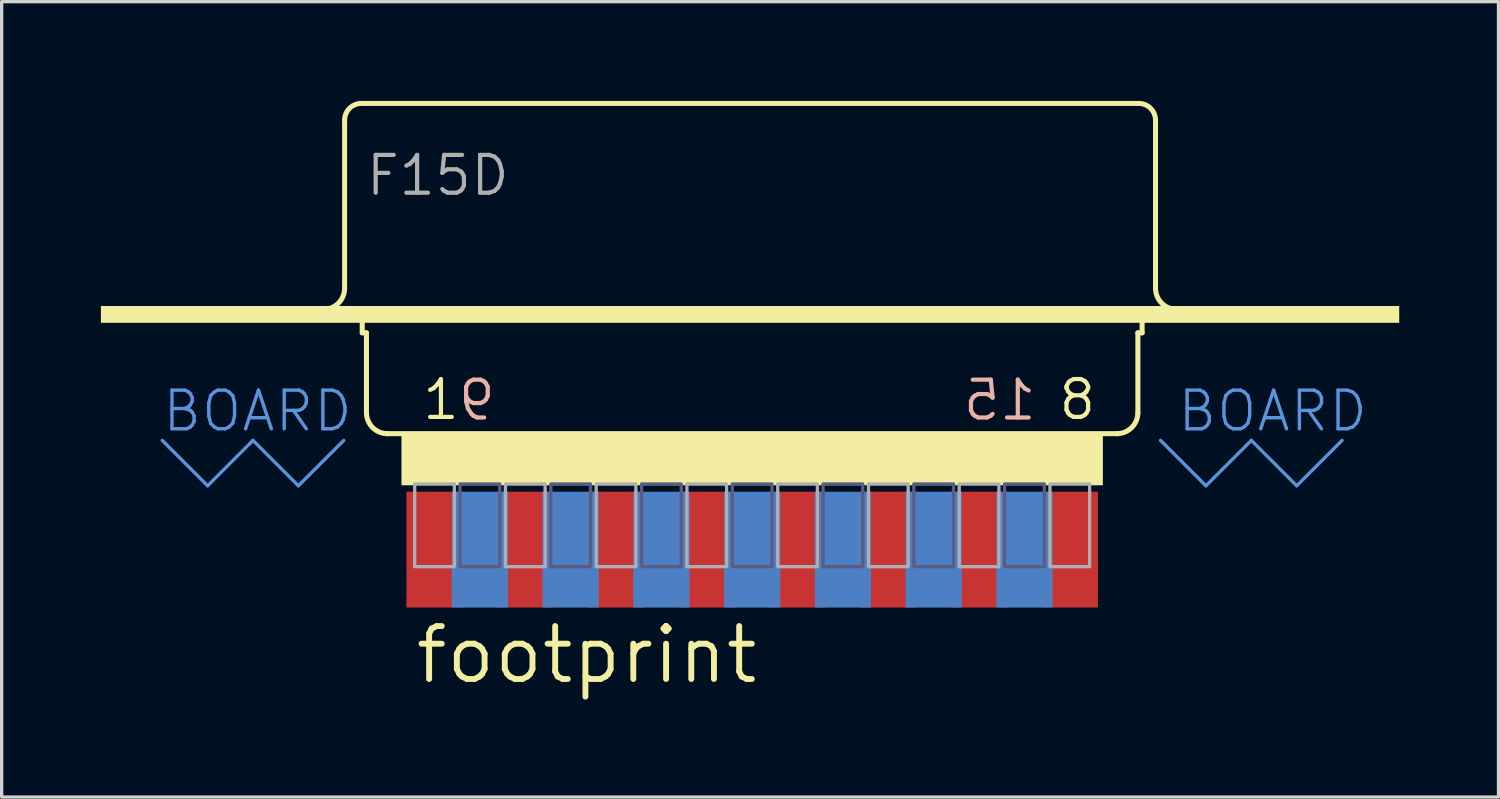
<source format=kicad_pcb>
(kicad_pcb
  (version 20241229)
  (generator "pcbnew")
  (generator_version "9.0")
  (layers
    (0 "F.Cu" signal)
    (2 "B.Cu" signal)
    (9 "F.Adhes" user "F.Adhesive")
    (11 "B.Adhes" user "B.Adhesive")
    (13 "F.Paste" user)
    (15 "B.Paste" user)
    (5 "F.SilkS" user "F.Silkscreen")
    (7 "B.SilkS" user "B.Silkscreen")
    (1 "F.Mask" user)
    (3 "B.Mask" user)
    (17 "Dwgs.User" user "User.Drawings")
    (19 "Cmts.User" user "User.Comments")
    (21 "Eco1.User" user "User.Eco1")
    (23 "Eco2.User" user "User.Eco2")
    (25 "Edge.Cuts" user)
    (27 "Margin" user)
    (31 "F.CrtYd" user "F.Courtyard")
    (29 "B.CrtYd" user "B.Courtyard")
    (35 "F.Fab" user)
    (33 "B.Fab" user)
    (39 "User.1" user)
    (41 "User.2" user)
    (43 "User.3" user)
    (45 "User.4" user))
  (footprint "footprint"
    (layer "F.Cu")
    (at 19.685 7.518)
    (property "Reference" "footprint" (at -10.262 10.16 0) (layer "F.SilkS") (effects (font (size 1.6 1.6) (thickness 0.178)) (justify left bottom)))
    (fp_line (start -12.319 -1.854) (end -12.319 -6.934) (stroke (width 0.152) (type solid)) (layer "F.SilkS"))
    (fp_line (start -11.811 -7.442) (end 11.684 -7.442) (stroke (width 0.152) (type solid)) (layer "F.SilkS"))
    (fp_line (start -11.786 -0.508) (end -11.786 -1.016) (stroke (width 0.152) (type solid)) (layer "F.SilkS"))
    (fp_line (start -11.786 -0.508) (end -11.659 -0.508) (stroke (width 0.152) (type solid)) (layer "F.SilkS"))
    (fp_line (start -11.659 1.905) (end -11.659 -0.508) (stroke (width 0.152) (type solid)) (layer "F.SilkS"))
    (fp_line (start -11.043 2.54) (end 11.043 2.54) (stroke (width 0.152) (type solid)) (layer "F.SilkS"))
    (fp_line (start 11.659 -0.508) (end 11.786 -0.508) (stroke (width 0.152) (type solid)) (layer "F.SilkS"))
    (fp_line (start 11.659 1.905) (end 11.659 -0.508) (stroke (width 0.152) (type solid)) (layer "F.SilkS"))
    (fp_line (start 11.786 -0.508) (end 11.786 -1.016) (stroke (width 0.152) (type solid)) (layer "F.SilkS"))
    (fp_line (start 12.192 -1.854) (end 12.192 -6.934) (stroke (width 0.152) (type solid)) (layer "F.SilkS"))
    (fp_arc (start -12.319 -6.9342) (mid -12.17021 -7.29341) (end -11.811 -7.4422) (stroke (width 0.1524) (type solid)) (layer "F.SilkS"))
    (fp_arc (start -12.319 -1.8542) (mid -12.504987 -1.405187) (end -12.954 -1.2192) (stroke (width 0.1524) (type solid)) (layer "F.SilkS"))
    (fp_arc (start -11.0236 2.54) (mid -11.472613 2.354013) (end -11.6586 1.905) (stroke (width 0.1524) (type solid)) (layer "F.SilkS"))
    (fp_arc (start 11.6586 1.905) (mid 11.472613 2.354013) (end 11.0236 2.54) (stroke (width 0.1524) (type solid)) (layer "F.SilkS"))
    (fp_arc (start 11.684 -7.4422) (mid 12.04321 -7.29341) (end 12.192 -6.9342) (stroke (width 0.1524) (type solid)) (layer "F.SilkS"))
    (fp_arc (start 12.827 -1.2192) (mid 12.377987 -1.405187) (end 12.192 -1.8542) (stroke (width 0.1524) (type solid)) (layer "F.SilkS"))
    (fp_poly (pts (xy -19.685 -0.811) (xy 19.558 -0.811) (xy 19.558 -1.319) (xy -19.685 -1.319)) (stroke (width 0) (type solid)) (fill yes) (layer "F.SilkS"))
    (fp_poly (pts (xy -10.6 4.1) (xy 10.6 4.1) (xy 10.6 2.5) (xy -10.6 2.5)) (stroke (width 0) (type solid)) (fill yes) (layer "F.SilkS"))
    (fp_line (start -17.831 2.743) (end -16.459 4.115) (stroke (width 0.1) (type solid)) (layer "Cmts.User"))
    (fp_line (start -16.459 4.115) (end -15.088 2.743) (stroke (width 0.1) (type solid)) (layer "Cmts.User"))
    (fp_line (start -15.088 2.743) (end -13.716 4.115) (stroke (width 0.1) (type solid)) (layer "Cmts.User"))
    (fp_line (start -13.716 4.115) (end -12.344 2.743) (stroke (width 0.1) (type solid)) (layer "Cmts.User"))
    (fp_line (start 12.344 2.743) (end 13.716 4.115) (stroke (width 0.1) (type solid)) (layer "Cmts.User"))
    (fp_line (start 13.716 4.115) (end 15.088 2.743) (stroke (width 0.1) (type solid)) (layer "Cmts.User"))
    (fp_line (start 15.088 2.743) (end 16.459 4.115) (stroke (width 0.1) (type solid)) (layer "Cmts.User"))
    (fp_line (start 16.459 4.115) (end 17.831 2.743) (stroke (width 0.1) (type solid)) (layer "Cmts.User"))
    (fp_poly (pts (xy -8.83 6.56) (xy -7.63 6.56) (xy -7.63 4.06) (xy -8.83 4.06)) (stroke (width 0.1) (type solid)) (fill no) (layer "B.Fab"))
    (fp_poly (pts (xy -6.086 6.56) (xy -4.886 6.56) (xy -4.886 4.06) (xy -6.086 4.06)) (stroke (width 0.1) (type solid)) (fill no) (layer "B.Fab"))
    (fp_poly (pts (xy -3.343 6.56) (xy -2.143 6.56) (xy -2.143 4.06) (xy -3.343 4.06)) (stroke (width 0.1) (type solid)) (fill no) (layer "B.Fab"))
    (fp_poly (pts (xy -0.6 6.56) (xy 0.6 6.56) (xy 0.6 4.06) (xy -0.6 4.06)) (stroke (width 0.1) (type solid)) (fill no) (layer "B.Fab"))
    (fp_poly (pts (xy 2.143 6.56) (xy 3.343 6.56) (xy 3.343 4.06) (xy 2.143 4.06)) (stroke (width 0.1) (type solid)) (fill no) (layer "B.Fab"))
    (fp_poly (pts (xy 4.886 6.56) (xy 6.086 6.56) (xy 6.086 4.06) (xy 4.886 4.06)) (stroke (width 0.1) (type solid)) (fill no) (layer "B.Fab"))
    (fp_poly (pts (xy 7.63 6.56) (xy 8.83 6.56) (xy 8.83 4.06) (xy 7.63 4.06)) (stroke (width 0.1) (type solid)) (fill no) (layer "B.Fab"))
    (fp_poly (pts (xy -10.201 6.56) (xy -9.001 6.56) (xy -9.001 4.06) (xy -10.201 4.06)) (stroke (width 0.1) (type solid)) (fill no) (layer "F.Fab"))
    (fp_poly (pts (xy -7.458 6.56) (xy -6.258 6.56) (xy -6.258 4.06) (xy -7.458 4.06)) (stroke (width 0.1) (type solid)) (fill no) (layer "F.Fab"))
    (fp_poly (pts (xy -4.715 6.56) (xy -3.515 6.56) (xy -3.515 4.06) (xy -4.715 4.06)) (stroke (width 0.1) (type solid)) (fill no) (layer "F.Fab"))
    (fp_poly (pts (xy -1.972 6.56) (xy -0.772 6.56) (xy -0.772 4.06) (xy -1.972 4.06)) (stroke (width 0.1) (type solid)) (fill no) (layer "F.Fab"))
    (fp_poly (pts (xy 0.772 6.56) (xy 1.972 6.56) (xy 1.972 4.06) (xy 0.772 4.06)) (stroke (width 0.1) (type solid)) (fill no) (layer "F.Fab"))
    (fp_poly (pts (xy 3.515 6.56) (xy 4.715 6.56) (xy 4.715 4.06) (xy 3.515 4.06)) (stroke (width 0.1) (type solid)) (fill no) (layer "F.Fab"))
    (fp_poly (pts (xy 6.258 6.56) (xy 7.458 6.56) (xy 7.458 4.06) (xy 6.258 4.06)) (stroke (width 0.1) (type solid)) (fill no) (layer "F.Fab"))
    (fp_poly (pts (xy 9.001 6.56) (xy 10.201 6.56) (xy 10.201 4.06) (xy 9.001 4.06)) (stroke (width 0.1) (type solid)) (fill no) (layer "F.Fab"))
    (fp_text user "1" (at -10.035 2.179 0) (layer "F.SilkS") (effects (font (size 1.143 1.143) (thickness 0.127)) (justify left bottom)))
    (fp_text user "8" (at 9.2 2.179 0) (layer "F.SilkS") (effects (font (size 1.143 1.143) (thickness 0.127)) (justify left bottom)))
    (fp_text user "15" (at 8.657 2.197 0) (layer "B.SilkS") (effects (font (size 1.143 1.143) (thickness 0.127)) (justify left bottom mirror)))
    (fp_text user "9" (at -7.692 2.197 0) (layer "B.SilkS") (effects (font (size 1.143 1.143) (thickness 0.127)) (justify left bottom mirror)))
    (fp_text user "BOARD " (at -17.882 2.54 0) (layer "Cmts.User") (effects (font (size 1.168 1.168) (thickness 0.102)) (justify left bottom)))
    (fp_text user "BOARD" (at 12.802 2.54 0) (layer "Cmts.User") (effects (font (size 1.168 1.168) (thickness 0.102)) (justify left bottom)))
    (fp_text user "F15D" (at -11.735 -4.597 0) (layer "F.Fab") (effects (font (size 1.143 1.143) (thickness 0.127)) (justify left bottom)))
    (pad "1" smd rect (at -9.601 6.045) (size 1.7 3.5) (layers "F.Cu" "F.Mask" "F.Paste"))
    (pad "2" smd rect (at -6.858 6.045) (size 1.7 3.5) (layers "F.Cu" "F.Mask" "F.Paste"))
    (pad "3" smd rect (at -4.115 6.045) (size 1.7 3.5) (layers "F.Cu" "F.Mask" "F.Paste"))
    (pad "4" smd rect (at -1.372 6.045) (size 1.7 3.5) (layers "F.Cu" "F.Mask" "F.Paste"))
    (pad "5" smd rect (at 1.372 6.045) (size 1.7 3.5) (layers "F.Cu" "F.Mask" "F.Paste"))
    (pad "6" smd rect (at 4.115 6.045) (size 1.7 3.5) (layers "F.Cu" "F.Mask" "F.Paste"))
    (pad "7" smd rect (at 6.858 6.045) (size 1.7 3.5) (layers "F.Cu" "F.Mask" "F.Paste"))
    (pad "8" smd rect (at 9.601 6.045) (size 1.7 3.5) (layers "F.Cu" "F.Mask" "F.Paste"))
    (pad "9" smd rect (at -8.23 6.045) (size 1.7 3.5) (layers "B.Cu" "B.Mask" "B.Paste"))
    (pad "10" smd rect (at -5.486 6.045) (size 1.7 3.5) (layers "B.Cu" "B.Mask" "B.Paste"))
    (pad "11" smd rect (at -2.743 6.045) (size 1.7 3.5) (layers "B.Cu" "B.Mask" "B.Paste"))
    (pad "12" smd rect (at 0 6.045) (size 1.7 3.5) (layers "B.Cu" "B.Mask" "B.Paste"))
    (pad "13" smd rect (at 2.743 6.045) (size 1.7 3.5) (layers "B.Cu" "B.Mask" "B.Paste"))
    (pad "14" smd rect (at 5.486 6.045) (size 1.7 3.5) (layers "B.Cu" "B.Mask" "B.Paste"))
    (pad "15" smd rect (at 8.23 6.045) (size 1.7 3.5) (layers "B.Cu" "B.Mask" "B.Paste")))
  (gr_rect
    (start -3 -3)
    (end 42.243 21.041)
    (stroke (width 0.1) (type default))
    (fill no)
    (layer "Edge.Cuts")))
</source>
